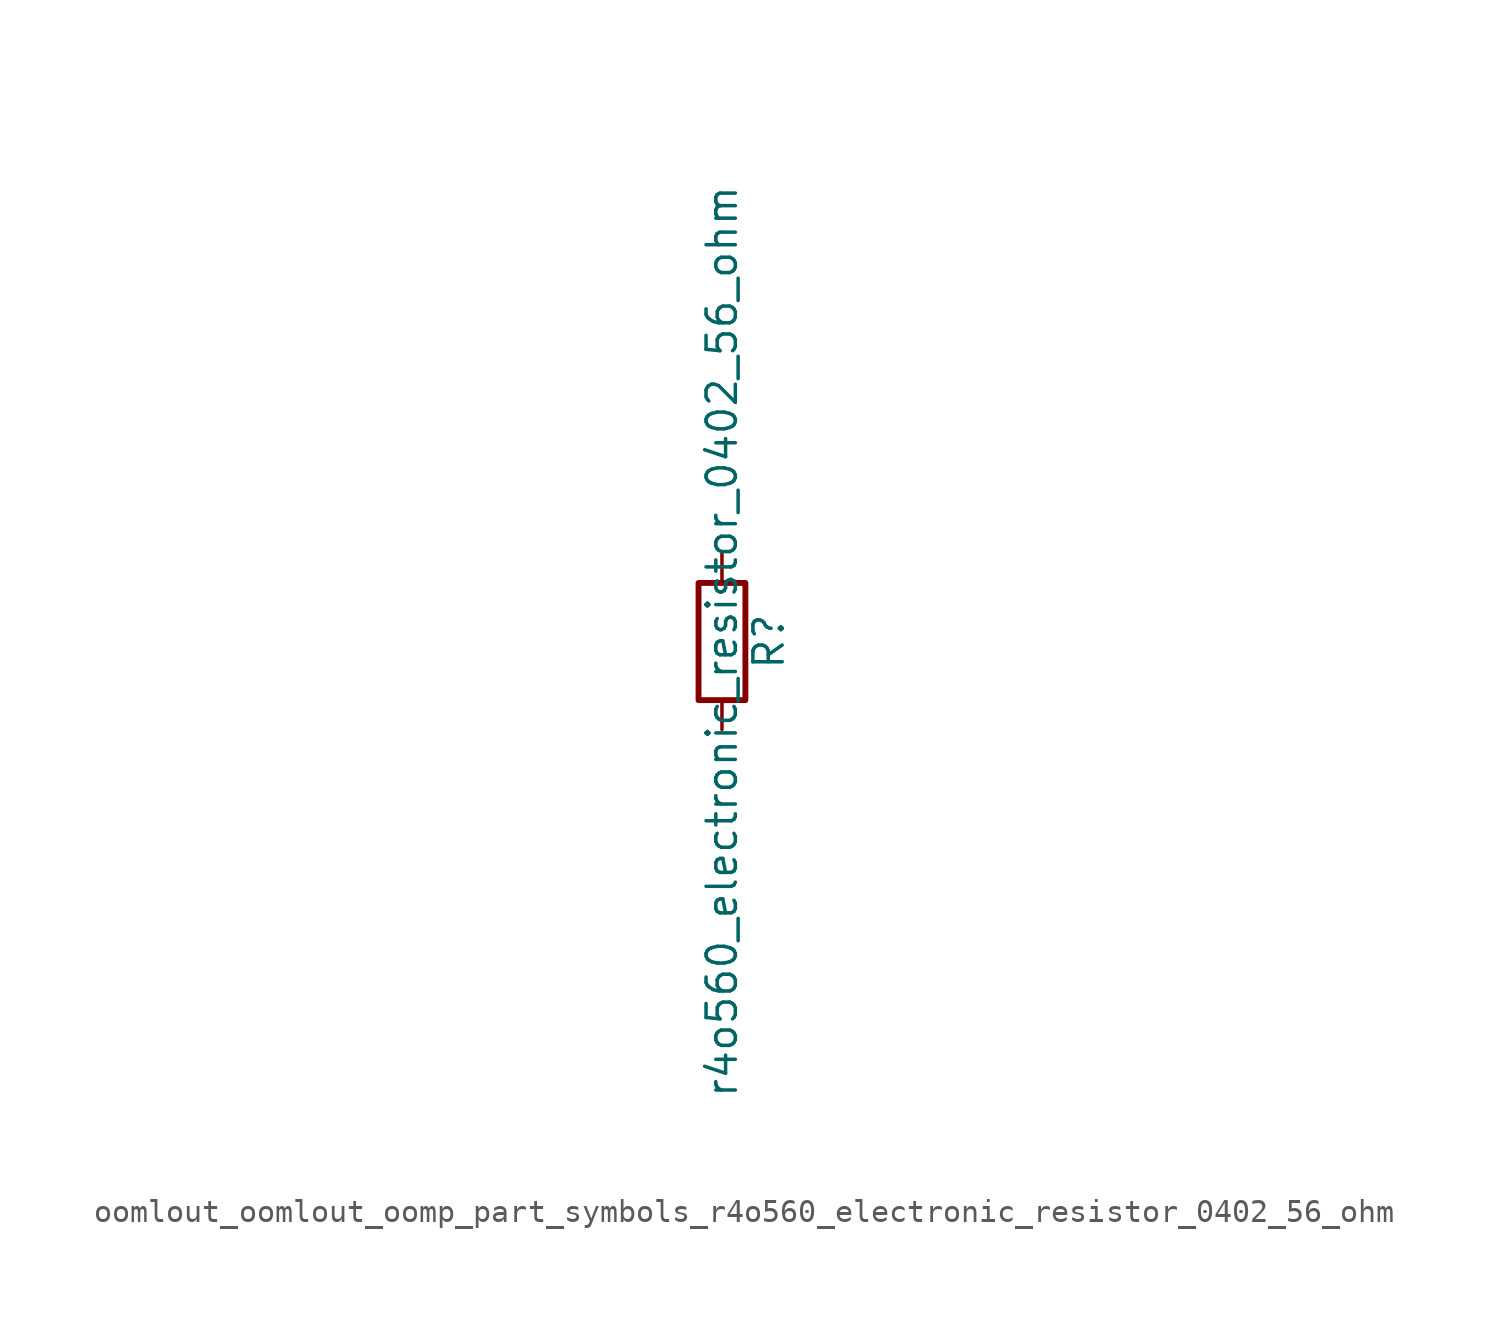
<source format=kicad_sym>
(kicad_symbol_lib
  (version 20220914)
  (generator kicad_symbol_editor)
  (symbol "oomlout_oomlout_oomp_part_symbols_r4o560_electronic_resistor_0402_56_ohm"
    (pin_numbers hide)
    (pin_names
      (offset 0))
    (property "Reference" "R"
      (at 2.032 0 90)
      (effects (font (size 1.27 1.27))))
    (property "Value" "r4o560_electronic_resistor_0402_56_ohm"
      (at 0 0 90)
      (effects (font (size 1.27 1.27))))
    (symbol "oomlout_oomlout_oomp_part_symbols_r4o560_electronic_resistor_0402_56_ohm_0_1"
      (rectangle (start -1.016 -2.54) (end 1.016 2.54) (stroke (width 0.254) (type default)) (fill (type none))))
    (symbol "oomlout_oomlout_oomp_part_symbols_r4o560_electronic_resistor_0402_56_ohm_1_1"
      (pin passive line (at 0 3.81 270) (length 1.27) (name "~" (effects (font (size 1.27 1.27)))) (number "1" (effects (font (size 1.27 1.27)))))
      (pin passive line (at 0 -3.81 90) (length 1.27) (name "~" (effects (font (size 1.27 1.27)))) (number "2" (effects (font (size 1.27 1.27))))))))
</source>
